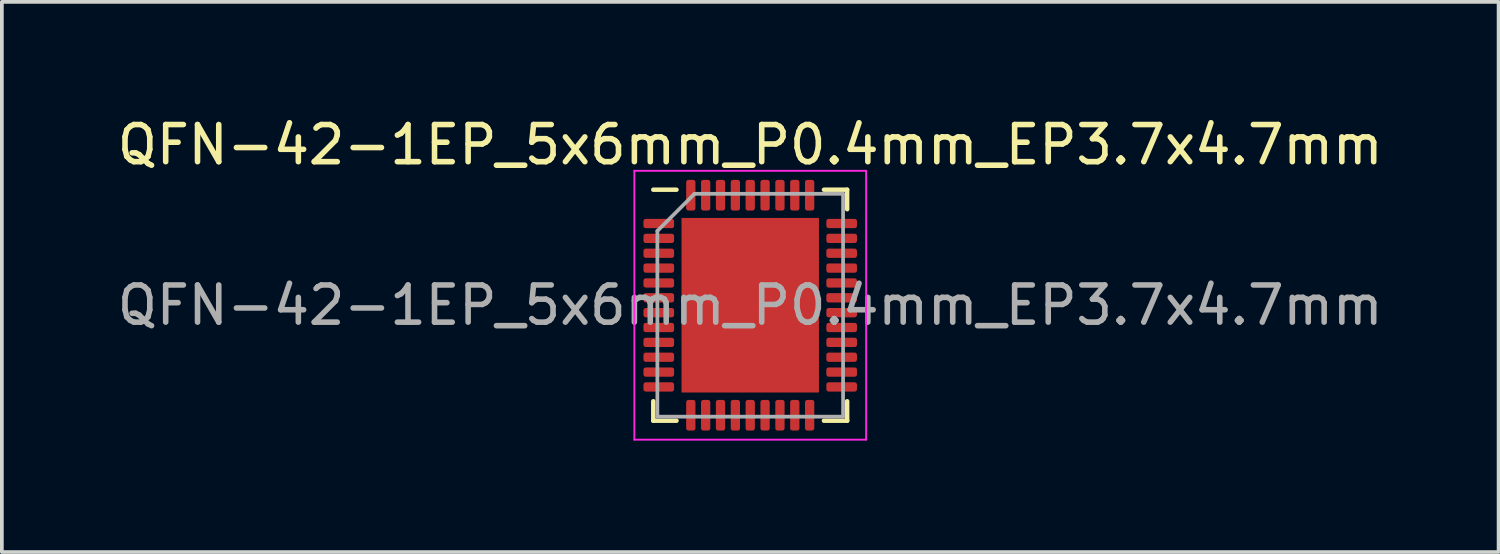
<source format=kicad_pcb>
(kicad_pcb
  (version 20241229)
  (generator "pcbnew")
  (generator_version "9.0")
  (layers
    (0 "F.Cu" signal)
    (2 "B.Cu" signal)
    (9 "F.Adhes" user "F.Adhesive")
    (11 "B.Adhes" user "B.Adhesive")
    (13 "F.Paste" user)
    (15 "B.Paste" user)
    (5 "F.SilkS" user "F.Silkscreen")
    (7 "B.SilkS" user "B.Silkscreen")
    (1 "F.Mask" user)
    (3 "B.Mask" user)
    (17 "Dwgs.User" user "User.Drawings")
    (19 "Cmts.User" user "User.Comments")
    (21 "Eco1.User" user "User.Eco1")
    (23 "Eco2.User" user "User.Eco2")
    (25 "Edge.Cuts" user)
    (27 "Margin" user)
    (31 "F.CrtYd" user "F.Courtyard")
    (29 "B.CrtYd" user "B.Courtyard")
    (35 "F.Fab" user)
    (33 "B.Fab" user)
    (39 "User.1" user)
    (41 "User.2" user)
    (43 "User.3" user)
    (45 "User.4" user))
  (footprint "QFN-42-1EP_5x6mm_P0.4mm_EP3.7x4.7mm"
    (layer "F.Cu")
    (at 17.149 5.168)
    (property "Reference" "QFN-42-1EP_5x6mm_P0.4mm_EP3.7x4.7mm" (at 0 -4.32 0) (layer "F.SilkS") (effects (font (size 1 1) (thickness 0.15))))
    (attr smd)
    (fp_line (start -2.61 3.11) (end -2.61 2.585) (stroke (width 0.12) (type solid)) (layer "F.SilkS"))
    (fp_line (start -1.985 -3.11) (end -2.61 -3.11) (stroke (width 0.12) (type solid)) (layer "F.SilkS"))
    (fp_line (start -1.985 3.11) (end -2.61 3.11) (stroke (width 0.12) (type solid)) (layer "F.SilkS"))
    (fp_line (start 1.985 -3.11) (end 2.61 -3.11) (stroke (width 0.12) (type solid)) (layer "F.SilkS"))
    (fp_line (start 1.985 3.11) (end 2.61 3.11) (stroke (width 0.12) (type solid)) (layer "F.SilkS"))
    (fp_line (start 2.61 -3.11) (end 2.61 -2.585) (stroke (width 0.12) (type solid)) (layer "F.SilkS"))
    (fp_line (start 2.61 3.11) (end 2.61 2.585) (stroke (width 0.12) (type solid)) (layer "F.SilkS"))
    (fp_line (start -3.12 -3.62) (end -3.12 3.62) (stroke (width 0.05) (type solid)) (layer "F.CrtYd"))
    (fp_line (start -3.12 3.62) (end 3.12 3.62) (stroke (width 0.05) (type solid)) (layer "F.CrtYd"))
    (fp_line (start 3.12 -3.62) (end -3.12 -3.62) (stroke (width 0.05) (type solid)) (layer "F.CrtYd"))
    (fp_line (start 3.12 3.62) (end 3.12 -3.62) (stroke (width 0.05) (type solid)) (layer "F.CrtYd"))
    (fp_line (start -2.5 -2) (end -1.5 -3) (stroke (width 0.1) (type solid)) (layer "F.Fab"))
    (fp_line (start -2.5 3) (end -2.5 -2) (stroke (width 0.1) (type solid)) (layer "F.Fab"))
    (fp_line (start -1.5 -3) (end 2.5 -3) (stroke (width 0.1) (type solid)) (layer "F.Fab"))
    (fp_line (start 2.5 -3) (end 2.5 3) (stroke (width 0.1) (type solid)) (layer "F.Fab"))
    (fp_line (start 2.5 3) (end -2.5 3) (stroke (width 0.1) (type solid)) (layer "F.Fab"))
    (fp_text user "${REFERENCE}" (at 0 0 0) (layer "F.Fab") (effects (font (size 1 1) (thickness 0.15))))
    (pad "" smd roundrect (at -1.23 -1.77) (size 0.99 0.95) (layers "F.Paste") (roundrect_rratio 0.25))
    (pad "" smd roundrect (at -1.23 -0.59) (size 0.99 0.95) (layers "F.Paste") (roundrect_rratio 0.25))
    (pad "" smd roundrect (at -1.23 0.59) (size 0.99 0.95) (layers "F.Paste") (roundrect_rratio 0.25))
    (pad "" smd roundrect (at -1.23 1.77) (size 0.99 0.95) (layers "F.Paste") (roundrect_rratio 0.25))
    (pad "" smd roundrect (at 0 -1.77) (size 0.99 0.95) (layers "F.Paste") (roundrect_rratio 0.25))
    (pad "" smd roundrect (at 0 -0.59) (size 0.99 0.95) (layers "F.Paste") (roundrect_rratio 0.25))
    (pad "" smd roundrect (at 0 0.59) (size 0.99 0.95) (layers "F.Paste") (roundrect_rratio 0.25))
    (pad "" smd roundrect (at 0 1.77) (size 0.99 0.95) (layers "F.Paste") (roundrect_rratio 0.25))
    (pad "" smd roundrect (at 1.23 -1.77) (size 0.99 0.95) (layers "F.Paste") (roundrect_rratio 0.25))
    (pad "" smd roundrect (at 1.23 -0.59) (size 0.99 0.95) (layers "F.Paste") (roundrect_rratio 0.25))
    (pad "" smd roundrect (at 1.23 0.59) (size 0.99 0.95) (layers "F.Paste") (roundrect_rratio 0.25))
    (pad "" smd roundrect (at 1.23 1.77) (size 0.99 0.95) (layers "F.Paste") (roundrect_rratio 0.25))
    (pad "1" smd roundrect (at -2.462 -2.2) (size 0.825 0.25) (layers "F.Cu" "F.Mask" "F.Paste") (roundrect_rratio 0.25))
    (pad "2" smd roundrect (at -2.462 -1.8) (size 0.825 0.25) (layers "F.Cu" "F.Mask" "F.Paste") (roundrect_rratio 0.25))
    (pad "3" smd roundrect (at -2.462 -1.4) (size 0.825 0.25) (layers "F.Cu" "F.Mask" "F.Paste") (roundrect_rratio 0.25))
    (pad "4" smd roundrect (at -2.462 -1) (size 0.825 0.25) (layers "F.Cu" "F.Mask" "F.Paste") (roundrect_rratio 0.25))
    (pad "5" smd roundrect (at -2.462 -0.6) (size 0.825 0.25) (layers "F.Cu" "F.Mask" "F.Paste") (roundrect_rratio 0.25))
    (pad "6" smd roundrect (at -2.462 -0.2) (size 0.825 0.25) (layers "F.Cu" "F.Mask" "F.Paste") (roundrect_rratio 0.25))
    (pad "7" smd roundrect (at -2.462 0.2) (size 0.825 0.25) (layers "F.Cu" "F.Mask" "F.Paste") (roundrect_rratio 0.25))
    (pad "8" smd roundrect (at -2.462 0.6) (size 0.825 0.25) (layers "F.Cu" "F.Mask" "F.Paste") (roundrect_rratio 0.25))
    (pad "9" smd roundrect (at -2.462 1) (size 0.825 0.25) (layers "F.Cu" "F.Mask" "F.Paste") (roundrect_rratio 0.25))
    (pad "10" smd roundrect (at -2.462 1.4) (size 0.825 0.25) (layers "F.Cu" "F.Mask" "F.Paste") (roundrect_rratio 0.25))
    (pad "11" smd roundrect (at -2.462 1.8) (size 0.825 0.25) (layers "F.Cu" "F.Mask" "F.Paste") (roundrect_rratio 0.25))
    (pad "12" smd roundrect (at -2.462 2.2) (size 0.825 0.25) (layers "F.Cu" "F.Mask" "F.Paste") (roundrect_rratio 0.25))
    (pad "13" smd roundrect (at -1.6 2.962) (size 0.25 0.825) (layers "F.Cu" "F.Mask" "F.Paste") (roundrect_rratio 0.25))
    (pad "14" smd roundrect (at -1.2 2.962) (size 0.25 0.825) (layers "F.Cu" "F.Mask" "F.Paste") (roundrect_rratio 0.25))
    (pad "15" smd roundrect (at -0.8 2.962) (size 0.25 0.825) (layers "F.Cu" "F.Mask" "F.Paste") (roundrect_rratio 0.25))
    (pad "16" smd roundrect (at -0.4 2.962) (size 0.25 0.825) (layers "F.Cu" "F.Mask" "F.Paste") (roundrect_rratio 0.25))
    (pad "17" smd roundrect (at 0 2.962) (size 0.25 0.825) (layers "F.Cu" "F.Mask" "F.Paste") (roundrect_rratio 0.25))
    (pad "18" smd roundrect (at 0.4 2.962) (size 0.25 0.825) (layers "F.Cu" "F.Mask" "F.Paste") (roundrect_rratio 0.25))
    (pad "19" smd roundrect (at 0.8 2.962) (size 0.25 0.825) (layers "F.Cu" "F.Mask" "F.Paste") (roundrect_rratio 0.25))
    (pad "20" smd roundrect (at 1.2 2.962) (size 0.25 0.825) (layers "F.Cu" "F.Mask" "F.Paste") (roundrect_rratio 0.25))
    (pad "21" smd roundrect (at 1.6 2.962) (size 0.25 0.825) (layers "F.Cu" "F.Mask" "F.Paste") (roundrect_rratio 0.25))
    (pad "22" smd roundrect (at 2.462 2.2) (size 0.825 0.25) (layers "F.Cu" "F.Mask" "F.Paste") (roundrect_rratio 0.25))
    (pad "23" smd roundrect (at 2.462 1.8) (size 0.825 0.25) (layers "F.Cu" "F.Mask" "F.Paste") (roundrect_rratio 0.25))
    (pad "24" smd roundrect (at 2.462 1.4) (size 0.825 0.25) (layers "F.Cu" "F.Mask" "F.Paste") (roundrect_rratio 0.25))
    (pad "25" smd roundrect (at 2.462 1) (size 0.825 0.25) (layers "F.Cu" "F.Mask" "F.Paste") (roundrect_rratio 0.25))
    (pad "26" smd roundrect (at 2.462 0.6) (size 0.825 0.25) (layers "F.Cu" "F.Mask" "F.Paste") (roundrect_rratio 0.25))
    (pad "27" smd roundrect (at 2.462 0.2) (size 0.825 0.25) (layers "F.Cu" "F.Mask" "F.Paste") (roundrect_rratio 0.25))
    (pad "28" smd roundrect (at 2.462 -0.2) (size 0.825 0.25) (layers "F.Cu" "F.Mask" "F.Paste") (roundrect_rratio 0.25))
    (pad "29" smd roundrect (at 2.462 -0.6) (size 0.825 0.25) (layers "F.Cu" "F.Mask" "F.Paste") (roundrect_rratio 0.25))
    (pad "30" smd roundrect (at 2.462 -1) (size 0.825 0.25) (layers "F.Cu" "F.Mask" "F.Paste") (roundrect_rratio 0.25))
    (pad "31" smd roundrect (at 2.462 -1.4) (size 0.825 0.25) (layers "F.Cu" "F.Mask" "F.Paste") (roundrect_rratio 0.25))
    (pad "32" smd roundrect (at 2.462 -1.8) (size 0.825 0.25) (layers "F.Cu" "F.Mask" "F.Paste") (roundrect_rratio 0.25))
    (pad "33" smd roundrect (at 2.462 -2.2) (size 0.825 0.25) (layers "F.Cu" "F.Mask" "F.Paste") (roundrect_rratio 0.25))
    (pad "34" smd roundrect (at 1.6 -2.962) (size 0.25 0.825) (layers "F.Cu" "F.Mask" "F.Paste") (roundrect_rratio 0.25))
    (pad "35" smd roundrect (at 1.2 -2.962) (size 0.25 0.825) (layers "F.Cu" "F.Mask" "F.Paste") (roundrect_rratio 0.25))
    (pad "36" smd roundrect (at 0.8 -2.962) (size 0.25 0.825) (layers "F.Cu" "F.Mask" "F.Paste") (roundrect_rratio 0.25))
    (pad "37" smd roundrect (at 0.4 -2.962) (size 0.25 0.825) (layers "F.Cu" "F.Mask" "F.Paste") (roundrect_rratio 0.25))
    (pad "38" smd roundrect (at 0 -2.962) (size 0.25 0.825) (layers "F.Cu" "F.Mask" "F.Paste") (roundrect_rratio 0.25))
    (pad "39" smd roundrect (at -0.4 -2.962) (size 0.25 0.825) (layers "F.Cu" "F.Mask" "F.Paste") (roundrect_rratio 0.25))
    (pad "40" smd roundrect (at -0.8 -2.962) (size 0.25 0.825) (layers "F.Cu" "F.Mask" "F.Paste") (roundrect_rratio 0.25))
    (pad "41" smd roundrect (at -1.2 -2.962) (size 0.25 0.825) (layers "F.Cu" "F.Mask" "F.Paste") (roundrect_rratio 0.25))
    (pad "42" smd roundrect (at -1.6 -2.962) (size 0.25 0.825) (layers "F.Cu" "F.Mask" "F.Paste") (roundrect_rratio 0.25))
    (pad "43" smd rect (at 0 0) (size 3.7 4.7) (layers "F.Cu" "F.Mask")))
  (gr_rect
    (start -3 -3)
    (end 37.298 11.813)
    (stroke (width 0.1) (type default))
    (fill no)
    (layer "Edge.Cuts")))
</source>
